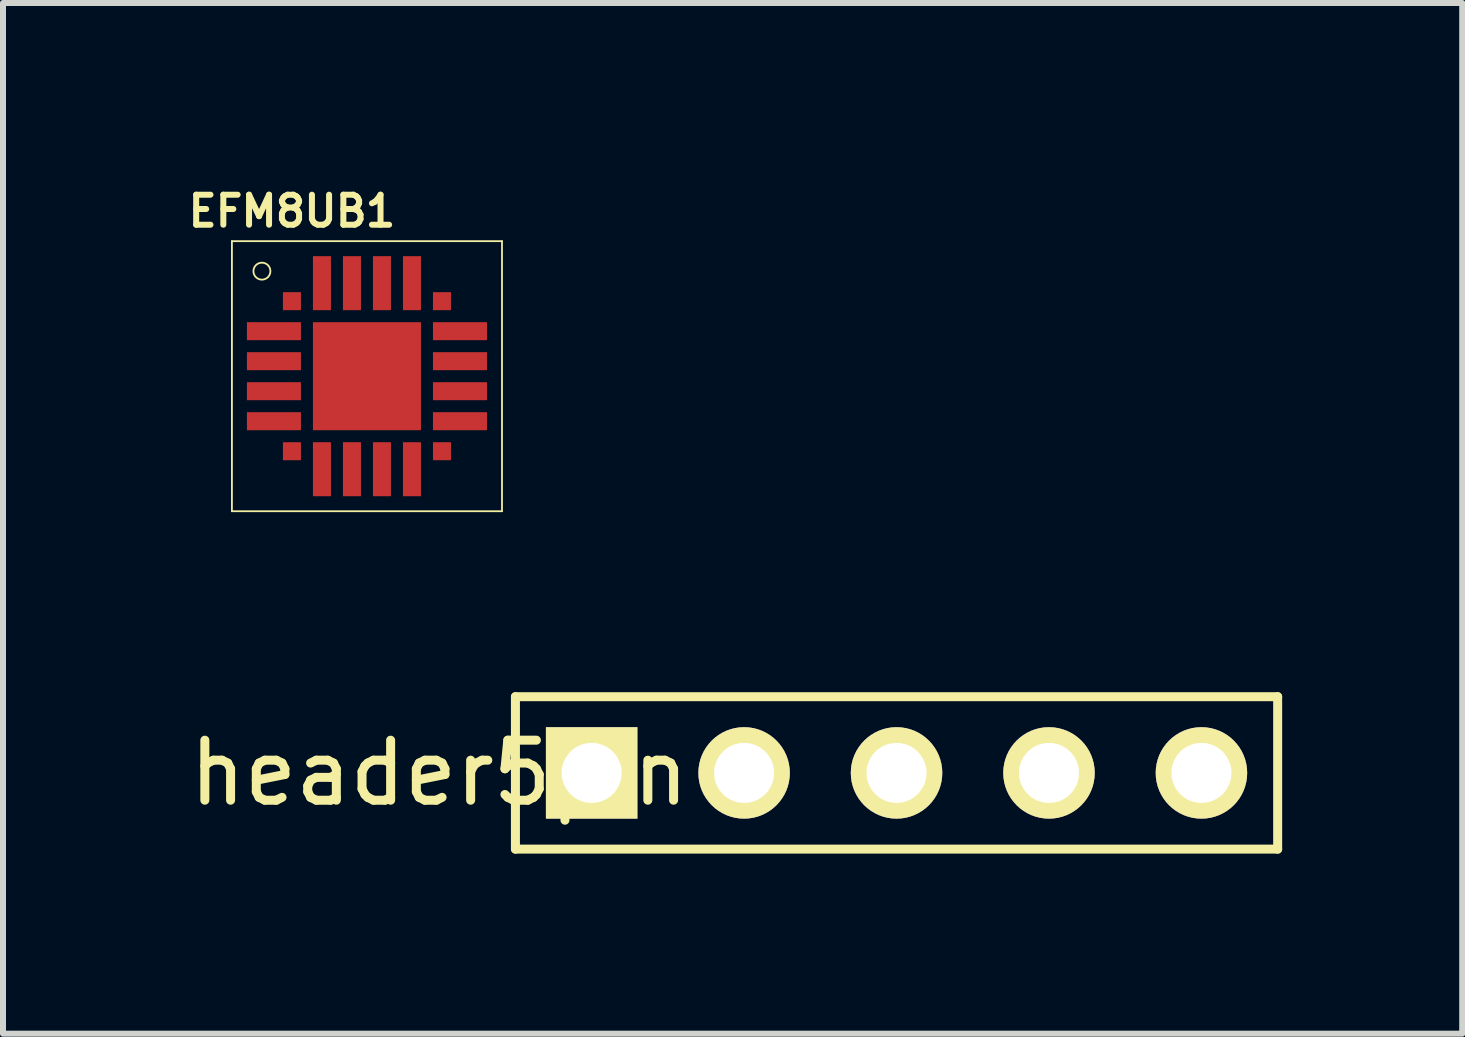
<source format=kicad_pcb>
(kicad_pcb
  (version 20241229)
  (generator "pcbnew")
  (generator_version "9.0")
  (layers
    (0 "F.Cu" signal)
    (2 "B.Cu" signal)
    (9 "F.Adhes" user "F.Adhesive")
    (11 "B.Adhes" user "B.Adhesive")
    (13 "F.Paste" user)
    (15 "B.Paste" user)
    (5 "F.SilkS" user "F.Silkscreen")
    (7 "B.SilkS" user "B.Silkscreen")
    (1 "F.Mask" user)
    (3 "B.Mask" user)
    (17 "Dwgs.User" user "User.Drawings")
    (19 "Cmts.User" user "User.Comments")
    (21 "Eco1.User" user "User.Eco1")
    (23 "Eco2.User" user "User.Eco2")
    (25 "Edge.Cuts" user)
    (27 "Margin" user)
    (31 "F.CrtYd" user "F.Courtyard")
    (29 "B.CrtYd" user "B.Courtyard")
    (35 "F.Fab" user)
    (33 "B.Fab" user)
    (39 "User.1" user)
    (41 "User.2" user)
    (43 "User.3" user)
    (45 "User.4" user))
  (footprint "header5pin"
    (layer "F.Cu")
    (at 14.428 9.828)
    (property "Reference" "header5pin" (at -10.16 0 0) (layer "F.SilkS") (effects (font (size 1 1) (thickness 0.15))))
    (attr through_hole)
    (fp_line (start -8.89 -1.27) (end 3.81 -1.27) (stroke (width 0.15) (type solid)) (layer "F.SilkS"))
    (fp_line (start -8.89 1.27) (end -8.89 -1.27) (stroke (width 0.15) (type solid)) (layer "F.SilkS"))
    (fp_line (start 3.81 -1.27) (end 3.81 1.27) (stroke (width 0.15) (type solid)) (layer "F.SilkS"))
    (fp_line (start 3.81 1.27) (end -8.89 1.27) (stroke (width 0.15) (type solid)) (layer "F.SilkS"))
    (pad "1" thru_hole rect (at -7.62 0) (size 1.524 1.524) (drill 1) (layers "*.Cu" "*.Mask" "F.SilkS"))
    (pad "2" thru_hole circle (at -5.08 0) (size 1.524 1.524) (drill 1) (layers "*.Cu" "*.Mask" "F.SilkS"))
    (pad "3" thru_hole circle (at -2.54 0) (size 1.524 1.524) (drill 1) (layers "*.Cu" "*.Mask" "F.SilkS"))
    (pad "4" thru_hole circle (at 0 0) (size 1.524 1.524) (drill 1) (layers "*.Cu" "*.Mask" "F.SilkS"))
    (pad "5" thru_hole circle (at 2.54 0) (size 1.524 1.524) (drill 1) (layers "*.Cu" "*.Mask" "F.SilkS")))
  (footprint "EFM8UB1"
    (layer "F.Cu")
    (at 1.814 1.968)
    (property "Reference" "EFM8UB1" (at 0 -1.5 0) (layer "F.SilkS") (effects (font (size 0.5 0.5) (thickness 0.1))))
    (attr through_hole)
    (fp_line (start -1 -1) (end 3.5 -1) (stroke (width 0.03) (type solid)) (layer "F.SilkS"))
    (fp_line (start -1 3.5) (end -1 -1) (stroke (width 0.03) (type solid)) (layer "F.SilkS"))
    (fp_line (start 3.5 -1) (end 3.5 3.5) (stroke (width 0.03) (type solid)) (layer "F.SilkS"))
    (fp_line (start 3.5 3.5) (end -1 3.5) (stroke (width 0.03) (type solid)) (layer "F.SilkS"))
    (fp_circle (center -0.5 -0.5) (end -0.4 -0.6) (stroke (width 0.03) (type solid)) (fill no) (layer "F.SilkS"))
    (pad "1" smd rect (at 0 0) (size 0.3 0.3) (layers "F.Cu" "F.Mask" "F.Paste"))
    (pad "2" smd rect (at 0 0.5 90) (size 0.3 0.9) (drill (offset 0 -0.3)) (layers "F.Cu" "F.Mask" "F.Paste"))
    (pad "3" smd rect (at 0 1 90) (size 0.3 0.9) (drill (offset 0 -0.3)) (layers "F.Cu" "F.Mask" "F.Paste"))
    (pad "4" smd rect (at 0 1.5 90) (size 0.3 0.9) (drill (offset 0 -0.3)) (layers "F.Cu" "F.Mask" "F.Paste"))
    (pad "5" smd rect (at 0 2 90) (size 0.3 0.9) (drill (offset 0 -0.3)) (layers "F.Cu" "F.Mask" "F.Paste"))
    (pad "6" smd rect (at 0 2.5) (size 0.3 0.3) (layers "F.Cu" "F.Mask" "F.Paste"))
    (pad "7" smd rect (at 0.5 2.5) (size 0.3 0.9) (drill (offset 0 0.3)) (layers "F.Cu" "F.Mask" "F.Paste"))
    (pad "8" smd rect (at 1 2.5) (size 0.3 0.9) (drill (offset 0 0.3)) (layers "F.Cu" "F.Mask" "F.Paste"))
    (pad "9" smd rect (at 1.5 2.5) (size 0.3 0.9) (drill (offset 0 0.3)) (layers "F.Cu" "F.Mask" "F.Paste"))
    (pad "10" smd rect (at 2 2.5) (size 0.3 0.9) (drill (offset 0 0.3)) (layers "F.Cu" "F.Mask" "F.Paste"))
    (pad "11" smd rect (at 2.5 2.5) (size 0.3 0.3) (layers "F.Cu" "F.Mask" "F.Paste"))
    (pad "12" smd rect (at 2.5 2 90) (size 0.3 0.9) (drill (offset 0 0.3)) (layers "F.Cu" "F.Mask" "F.Paste"))
    (pad "13" smd rect (at 2.5 1.5 90) (size 0.3 0.9) (drill (offset 0 0.3)) (layers "F.Cu" "F.Mask" "F.Paste"))
    (pad "14" smd rect (at 2.5 1 90) (size 0.3 0.9) (drill (offset 0 0.3)) (layers "F.Cu" "F.Mask" "F.Paste"))
    (pad "15" smd rect (at 2.5 0.5 90) (size 0.3 0.9) (drill (offset 0 0.3)) (layers "F.Cu" "F.Mask" "F.Paste"))
    (pad "16" smd rect (at 2.5 0 90) (size 0.3 0.3) (layers "F.Cu" "F.Mask" "F.Paste"))
    (pad "17" smd rect (at 2 0 180) (size 0.3 0.9) (drill (offset 0 0.3)) (layers "F.Cu" "F.Mask" "F.Paste"))
    (pad "18" smd rect (at 1.5 0 180) (size 0.3 0.9) (drill (offset 0 0.3)) (layers "F.Cu" "F.Mask" "F.Paste"))
    (pad "19" smd rect (at 1 0 180) (size 0.3 0.9) (drill (offset 0 0.3)) (layers "F.Cu" "F.Mask" "F.Paste"))
    (pad "20" smd rect (at 0.5 0 180) (size 0.3 0.9) (drill (offset 0 0.3)) (layers "F.Cu" "F.Mask" "F.Paste"))
    (pad "21" smd rect (at 1.25 1.25 180) (size 1.8 1.8) (layers "F.Cu" "F.Mask" "F.Paste")))
  (gr_rect
    (start -3 -3)
    (end 21.313 14.173)
    (stroke (width 0.1) (type default))
    (fill no)
    (layer "Edge.Cuts")))
</source>
